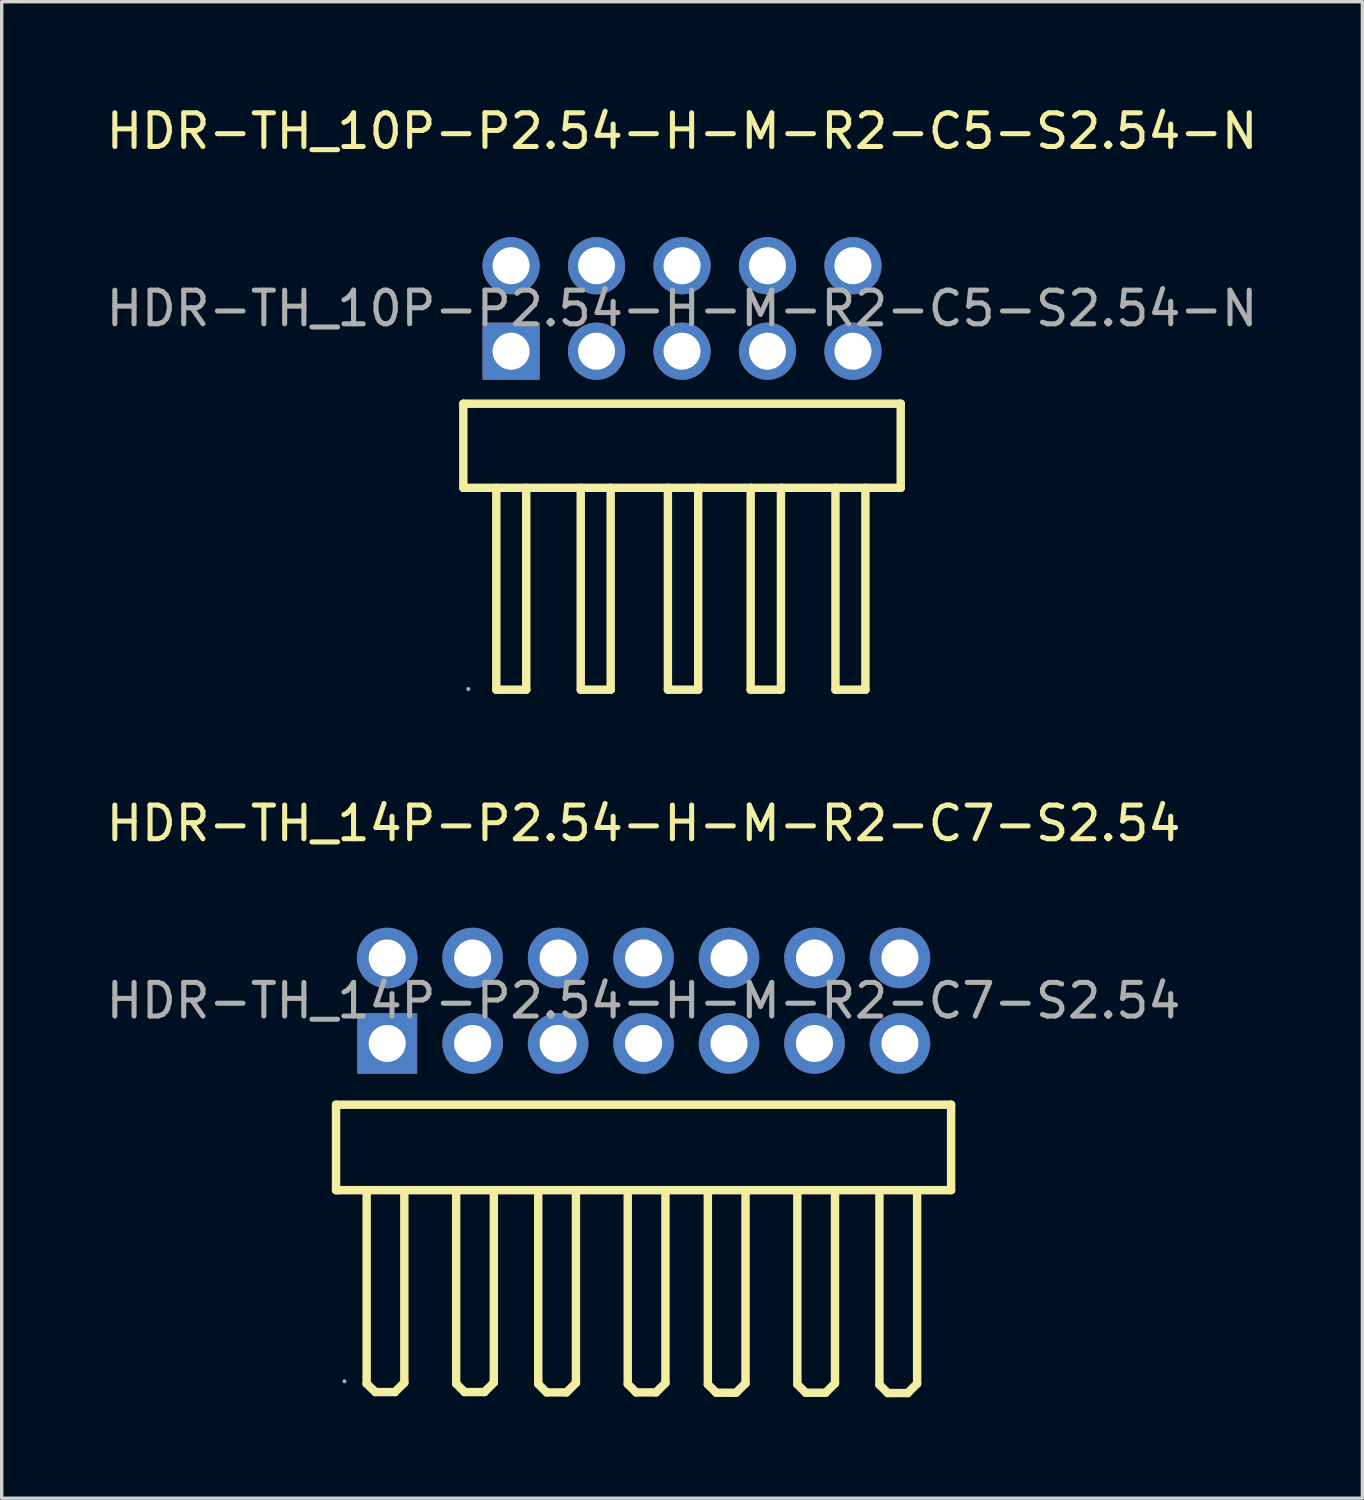
<source format=kicad_pcb>
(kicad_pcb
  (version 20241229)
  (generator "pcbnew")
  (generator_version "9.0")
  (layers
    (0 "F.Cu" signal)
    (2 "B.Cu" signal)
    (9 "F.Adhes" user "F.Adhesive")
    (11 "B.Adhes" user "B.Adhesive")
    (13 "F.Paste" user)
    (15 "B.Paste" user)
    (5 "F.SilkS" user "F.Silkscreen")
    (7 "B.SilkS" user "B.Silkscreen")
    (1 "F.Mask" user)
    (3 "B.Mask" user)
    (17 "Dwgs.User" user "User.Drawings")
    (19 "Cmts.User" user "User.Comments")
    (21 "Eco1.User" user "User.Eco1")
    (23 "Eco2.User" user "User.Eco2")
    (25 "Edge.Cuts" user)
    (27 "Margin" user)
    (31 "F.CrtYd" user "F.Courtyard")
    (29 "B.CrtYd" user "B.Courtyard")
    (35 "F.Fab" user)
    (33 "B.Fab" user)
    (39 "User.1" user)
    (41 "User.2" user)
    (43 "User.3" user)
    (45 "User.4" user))
  (footprint "HDR-TH_10P-P2.54-H-M-R2-C5-S2.54-N"
    (layer "F.Cu")
    (at 17.22 6.118)
    (property "Reference" "HDR-TH_10P-P2.54-H-M-R2-C5-S2.54-N" (at 0 -5.27 0) (layer "F.SilkS") (effects (font (size 1 1) (thickness 0.15))))
    (attr through_hole)
    (fp_line (start -6.5 2.83) (end 6.5 2.83) (stroke (width 0.25) (type solid)) (layer "F.SilkS"))
    (fp_line (start -6.5 5.33) (end -6.5 2.83) (stroke (width 0.25) (type solid)) (layer "F.SilkS"))
    (fp_line (start -6.5 5.33) (end 6.5 5.33) (stroke (width 0.25) (type solid)) (layer "F.SilkS"))
    (fp_line (start -5.52 5.33) (end -5.52 11.33) (stroke (width 0.25) (type solid)) (layer "F.SilkS"))
    (fp_line (start -5.52 11.33) (end -4.63 11.33) (stroke (width 0.25) (type solid)) (layer "F.SilkS"))
    (fp_line (start -4.63 11.33) (end -4.63 5.33) (stroke (width 0.25) (type solid)) (layer "F.SilkS"))
    (fp_line (start -3.01 5.33) (end -3.01 11.33) (stroke (width 0.25) (type solid)) (layer "F.SilkS"))
    (fp_line (start -3.01 11.33) (end -2.12 11.33) (stroke (width 0.25) (type solid)) (layer "F.SilkS"))
    (fp_line (start -2.12 11.33) (end -2.12 5.33) (stroke (width 0.25) (type solid)) (layer "F.SilkS"))
    (fp_line (start -0.42 5.33) (end -0.42 11.33) (stroke (width 0.25) (type solid)) (layer "F.SilkS"))
    (fp_line (start -0.42 11.33) (end 0.48 11.33) (stroke (width 0.25) (type solid)) (layer "F.SilkS"))
    (fp_line (start 0.48 11.33) (end 0.48 5.33) (stroke (width 0.25) (type solid)) (layer "F.SilkS"))
    (fp_line (start 2.04 5.33) (end 2.04 11.33) (stroke (width 0.25) (type solid)) (layer "F.SilkS"))
    (fp_line (start 2.04 11.33) (end 2.94 11.33) (stroke (width 0.25) (type solid)) (layer "F.SilkS"))
    (fp_line (start 2.94 11.33) (end 2.94 5.33) (stroke (width 0.25) (type solid)) (layer "F.SilkS"))
    (fp_line (start 4.56 5.33) (end 4.56 11.33) (stroke (width 0.25) (type solid)) (layer "F.SilkS"))
    (fp_line (start 4.56 11.33) (end 5.45 11.33) (stroke (width 0.25) (type solid)) (layer "F.SilkS"))
    (fp_line (start 5.45 11.33) (end 5.45 5.33) (stroke (width 0.25) (type solid)) (layer "F.SilkS"))
    (fp_line (start 6.5 5.33) (end 6.5 2.83) (stroke (width 0.25) (type solid)) (layer "F.SilkS"))
    (fp_circle (center -6.35 11.31) (end -6.32 11.31) (stroke (width 0.06) (type solid)) (fill no) (layer "F.Fab"))
    (fp_text user "${REFERENCE}" (at 0 0 0) (layer "F.Fab") (effects (font (size 1 1) (thickness 0.15))))
    (pad "1" thru_hole rect (at -5.08 1.27) (size 1.7 1.7) (drill 1.1) (layers "*.Cu" "*.Mask"))
    (pad "2" thru_hole circle (at -5.08 -1.27) (size 1.7 1.7) (drill 1.1) (layers "*.Cu" "*.Mask"))
    (pad "3" thru_hole circle (at -2.54 1.27) (size 1.7 1.7) (drill 1.1) (layers "*.Cu" "*.Mask"))
    (pad "4" thru_hole circle (at -2.54 -1.27) (size 1.7 1.7) (drill 1.1) (layers "*.Cu" "*.Mask"))
    (pad "5" thru_hole circle (at 0 1.27) (size 1.7 1.7) (drill 1.1) (layers "*.Cu" "*.Mask"))
    (pad "6" thru_hole circle (at 0 -1.27) (size 1.7 1.7) (drill 1.1) (layers "*.Cu" "*.Mask"))
    (pad "7" thru_hole circle (at 2.54 1.27) (size 1.7 1.7) (drill 1.1) (layers "*.Cu" "*.Mask"))
    (pad "8" thru_hole circle (at 2.54 -1.27) (size 1.7 1.7) (drill 1.1) (layers "*.Cu" "*.Mask"))
    (pad "9" thru_hole circle (at 5.08 1.27) (size 1.7 1.7) (drill 1.1) (layers "*.Cu" "*.Mask"))
    (pad "10" thru_hole circle (at 5.08 -1.27) (size 1.7 1.7) (drill 1.1) (layers "*.Cu" "*.Mask")))
  (footprint "HDR-TH_14P-P2.54-H-M-R2-C7-S2.54"
    (layer "F.Cu")
    (at 16.077 26.692)
    (property "Reference" "HDR-TH_14P-P2.54-H-M-R2-C7-S2.54" (at 0 -5.27 0) (layer "F.SilkS") (effects (font (size 1 1) (thickness 0.15))))
    (attr through_hole)
    (fp_line (start -9.14 3.09) (end 9.14 3.09) (stroke (width 0.25) (type solid)) (layer "F.SilkS"))
    (fp_line (start -9.14 5.63) (end -9.14 3.09) (stroke (width 0.25) (type solid)) (layer "F.SilkS"))
    (fp_line (start -9.05 5.63) (end -9.14 5.63) (stroke (width 0.25) (type solid)) (layer "F.SilkS"))
    (fp_line (start -8.23 5.63) (end -8.23 11.38) (stroke (width 0.25) (type solid)) (layer "F.SilkS"))
    (fp_line (start -8.23 11.38) (end -7.97 11.63) (stroke (width 0.25) (type solid)) (layer "F.SilkS"))
    (fp_line (start -7.97 11.63) (end -7.39 11.63) (stroke (width 0.25) (type solid)) (layer "F.SilkS"))
    (fp_line (start -7.11 5.63) (end -7.11 11.35) (stroke (width 0.25) (type solid)) (layer "F.SilkS"))
    (fp_line (start -7.11 11.35) (end -7.39 11.63) (stroke (width 0.25) (type solid)) (layer "F.SilkS"))
    (fp_line (start -5.57 5.63) (end -5.57 11.38) (stroke (width 0.25) (type solid)) (layer "F.SilkS"))
    (fp_line (start -5.57 11.38) (end -5.32 11.63) (stroke (width 0.25) (type solid)) (layer "F.SilkS"))
    (fp_line (start -5.32 11.63) (end -4.73 11.63) (stroke (width 0.25) (type solid)) (layer "F.SilkS"))
    (fp_line (start -4.45 5.63) (end -4.45 11.35) (stroke (width 0.25) (type solid)) (layer "F.SilkS"))
    (fp_line (start -4.45 11.35) (end -4.73 11.63) (stroke (width 0.25) (type solid)) (layer "F.SilkS"))
    (fp_line (start -3.13 5.64) (end -3.13 11.39) (stroke (width 0.25) (type solid)) (layer "F.SilkS"))
    (fp_line (start -3.13 11.39) (end -2.88 11.64) (stroke (width 0.25) (type solid)) (layer "F.SilkS"))
    (fp_line (start -2.88 11.64) (end -2.29 11.64) (stroke (width 0.25) (type solid)) (layer "F.SilkS"))
    (fp_line (start -2.01 5.64) (end -2.01 11.36) (stroke (width 0.25) (type solid)) (layer "F.SilkS"))
    (fp_line (start -2.01 11.36) (end -2.29 11.64) (stroke (width 0.25) (type solid)) (layer "F.SilkS"))
    (fp_line (start -0.47 5.64) (end -0.47 11.39) (stroke (width 0.25) (type solid)) (layer "F.SilkS"))
    (fp_line (start -0.47 11.39) (end -0.22 11.64) (stroke (width 0.25) (type solid)) (layer "F.SilkS"))
    (fp_line (start -0.22 11.64) (end 0.37 11.64) (stroke (width 0.25) (type solid)) (layer "F.SilkS"))
    (fp_line (start 0.65 5.64) (end 0.65 11.36) (stroke (width 0.25) (type solid)) (layer "F.SilkS"))
    (fp_line (start 0.65 11.36) (end 0.37 11.64) (stroke (width 0.25) (type solid)) (layer "F.SilkS"))
    (fp_line (start 1.91 5.65) (end 1.91 11.4) (stroke (width 0.25) (type solid)) (layer "F.SilkS"))
    (fp_line (start 1.91 11.4) (end 2.16 11.65) (stroke (width 0.25) (type solid)) (layer "F.SilkS"))
    (fp_line (start 2.16 11.65) (end 2.75 11.65) (stroke (width 0.25) (type solid)) (layer "F.SilkS"))
    (fp_line (start 3.03 5.65) (end 3.03 11.37) (stroke (width 0.25) (type solid)) (layer "F.SilkS"))
    (fp_line (start 3.03 11.37) (end 2.75 11.65) (stroke (width 0.25) (type solid)) (layer "F.SilkS"))
    (fp_line (start 4.57 5.65) (end 4.57 11.4) (stroke (width 0.25) (type solid)) (layer "F.SilkS"))
    (fp_line (start 4.57 11.4) (end 4.82 11.65) (stroke (width 0.25) (type solid)) (layer "F.SilkS"))
    (fp_line (start 4.82 11.65) (end 5.41 11.65) (stroke (width 0.25) (type solid)) (layer "F.SilkS"))
    (fp_line (start 5.69 5.65) (end 5.69 11.37) (stroke (width 0.25) (type solid)) (layer "F.SilkS"))
    (fp_line (start 5.69 11.37) (end 5.41 11.65) (stroke (width 0.25) (type solid)) (layer "F.SilkS"))
    (fp_line (start 7.01 5.66) (end 7.01 11.41) (stroke (width 0.25) (type solid)) (layer "F.SilkS"))
    (fp_line (start 7.01 11.41) (end 7.26 11.66) (stroke (width 0.25) (type solid)) (layer "F.SilkS"))
    (fp_line (start 7.26 11.66) (end 7.85 11.66) (stroke (width 0.25) (type solid)) (layer "F.SilkS"))
    (fp_line (start 8.13 5.66) (end 8.13 11.38) (stroke (width 0.25) (type solid)) (layer "F.SilkS"))
    (fp_line (start 8.13 11.38) (end 7.85 11.66) (stroke (width 0.25) (type solid)) (layer "F.SilkS"))
    (fp_line (start 9.14 3.09) (end 9.14 5.63) (stroke (width 0.25) (type solid)) (layer "F.SilkS"))
    (fp_line (start 9.14 5.63) (end -9.05 5.63) (stroke (width 0.25) (type solid)) (layer "F.SilkS"))
    (fp_circle (center -8.89 11.31) (end -8.86 11.31) (stroke (width 0.06) (type solid)) (fill no) (layer "F.Fab"))
    (fp_text user "${REFERENCE}" (at 0 0 0) (layer "F.Fab") (effects (font (size 1 1) (thickness 0.15))))
    (pad "1" thru_hole rect (at -7.62 1.27 180) (size 1.78 1.8) (drill 1.1) (layers "*.Cu" "*.Mask"))
    (pad "2" thru_hole circle (at -7.62 -1.27 180) (size 1.8 1.8) (drill 1.1) (layers "*.Cu" "*.Mask"))
    (pad "3" thru_hole circle (at -5.08 1.27 180) (size 1.8 1.8) (drill 1.1) (layers "*.Cu" "*.Mask"))
    (pad "4" thru_hole circle (at -5.08 -1.27 180) (size 1.8 1.8) (drill 1.1) (layers "*.Cu" "*.Mask"))
    (pad "5" thru_hole circle (at -2.54 1.27 180) (size 1.8 1.8) (drill 1.1) (layers "*.Cu" "*.Mask"))
    (pad "6" thru_hole circle (at -2.54 -1.27 180) (size 1.8 1.8) (drill 1.1) (layers "*.Cu" "*.Mask"))
    (pad "7" thru_hole circle (at 0 1.27 180) (size 1.8 1.8) (drill 1.1) (layers "*.Cu" "*.Mask"))
    (pad "8" thru_hole circle (at 0 -1.27 180) (size 1.8 1.8) (drill 1.1) (layers "*.Cu" "*.Mask"))
    (pad "9" thru_hole circle (at 2.54 1.27 180) (size 1.8 1.8) (drill 1.1) (layers "*.Cu" "*.Mask"))
    (pad "10" thru_hole circle (at 2.54 -1.27 180) (size 1.8 1.8) (drill 1.1) (layers "*.Cu" "*.Mask"))
    (pad "11" thru_hole circle (at 5.08 1.27 180) (size 1.8 1.8) (drill 1.1) (layers "*.Cu" "*.Mask"))
    (pad "12" thru_hole circle (at 5.08 -1.27 180) (size 1.8 1.8) (drill 1.1) (layers "*.Cu" "*.Mask"))
    (pad "13" thru_hole circle (at 7.62 1.27 180) (size 1.8 1.8) (drill 1.1) (layers "*.Cu" "*.Mask"))
    (pad "14" thru_hole circle (at 7.62 -1.27 180) (size 1.8 1.8) (drill 1.1) (layers "*.Cu" "*.Mask")))
  (gr_rect
    (start -3 -3)
    (end 37.44 41.477)
    (stroke (width 0.1) (type default))
    (fill no)
    (layer "Edge.Cuts")))
</source>
